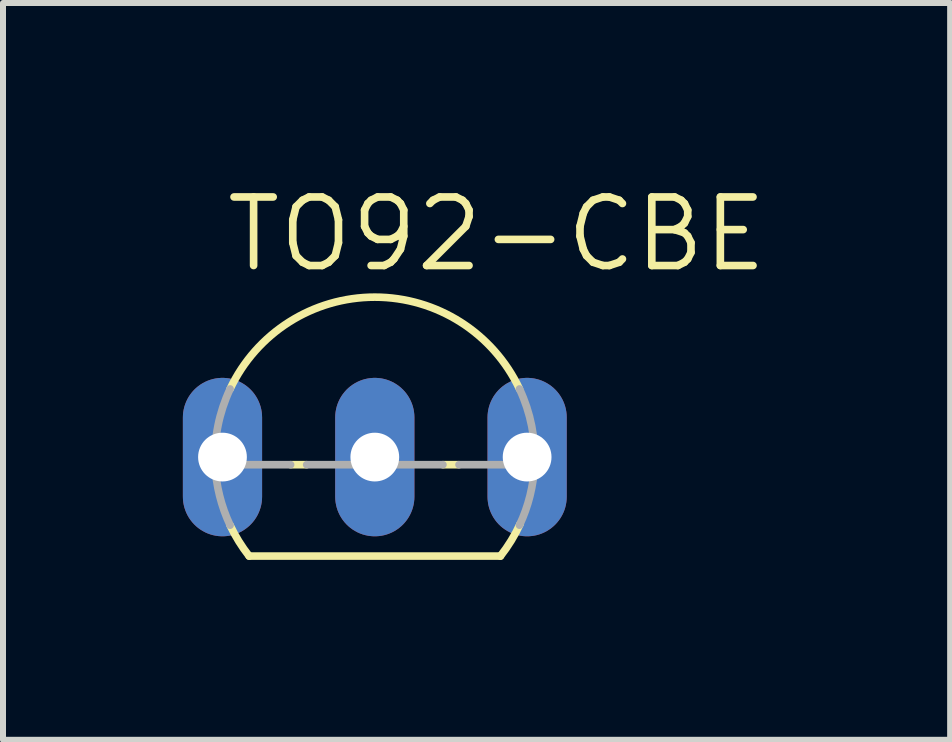
<source format=kicad_pcb>
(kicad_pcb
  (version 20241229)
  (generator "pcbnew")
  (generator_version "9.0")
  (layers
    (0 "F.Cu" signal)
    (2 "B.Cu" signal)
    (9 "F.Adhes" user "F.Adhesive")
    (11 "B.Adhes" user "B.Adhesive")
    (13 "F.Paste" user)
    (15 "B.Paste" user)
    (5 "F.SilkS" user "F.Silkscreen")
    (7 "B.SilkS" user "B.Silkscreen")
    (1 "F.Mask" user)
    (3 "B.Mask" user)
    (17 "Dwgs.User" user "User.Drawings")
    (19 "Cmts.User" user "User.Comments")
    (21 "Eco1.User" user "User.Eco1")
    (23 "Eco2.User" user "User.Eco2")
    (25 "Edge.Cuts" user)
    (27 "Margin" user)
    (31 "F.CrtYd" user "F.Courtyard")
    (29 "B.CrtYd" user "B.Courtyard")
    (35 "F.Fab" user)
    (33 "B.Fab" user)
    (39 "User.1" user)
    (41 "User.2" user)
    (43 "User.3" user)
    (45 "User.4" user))
  (footprint "TO92-CBE"
    (layer "F.Cu")
    (at 3.2 4.572)
    (property "Reference" "TO92-CBE" (at -2.54 -3.048 0) (unlocked yes) (layer "F.SilkS") (effects (font (size 1.143 1.143) (thickness 0.127)) (justify left bottom)))
    (fp_line (start -2.095 1.651) (end 2.095 1.651) (stroke (width 0.127) (type solid)) (layer "F.SilkS"))
    (fp_line (start -1.136 0.127) (end -1.404 0.127) (stroke (width 0.127) (type solid)) (layer "F.SilkS"))
    (fp_line (start 1.404 0.127) (end 1.136 0.127) (stroke (width 0.127) (type solid)) (layer "F.SilkS"))
    (fp_arc (start -2.413 -1.1359) (mid -0.000001 -2.666986) (end 2.412999 -1.135901) (stroke (width 0.127) (type solid)) (layer "F.SilkS"))
    (fp_arc (start -2.095 1.651) (mid -2.268918 1.40252) (end -2.4135 1.1359) (stroke (width 0.127) (type solid)) (layer "F.SilkS"))
    (fp_arc (start 2.4247 1.1118) (mid 2.275878 1.391201) (end 2.095 1.651) (stroke (width 0.127) (type solid)) (layer "F.SilkS"))
    (fp_line (start -1.404 0.127) (end -2.664 0.127) (stroke (width 0.127) (type solid)) (layer "F.Fab"))
    (fp_line (start 1.136 0.127) (end -1.136 0.127) (stroke (width 0.127) (type solid)) (layer "F.Fab"))
    (fp_line (start 2.664 0.127) (end 1.404 0.127) (stroke (width 0.127) (type solid)) (layer "F.Fab"))
    (fp_arc (start -2.664 0.127) (mid -2.615858 -0.519825) (end -2.413 -1.1359) (stroke (width 0.127) (type solid)) (layer "F.Fab"))
    (fp_arc (start -2.413 1.1359) (mid -2.588137 0.643799) (end -2.664 0.127) (stroke (width 0.127) (type solid)) (layer "F.Fab"))
    (fp_arc (start 2.413 -1.1359) (mid 2.615858 -0.519825) (end 2.664 0.127) (stroke (width 0.127) (type solid)) (layer "F.Fab"))
    (fp_arc (start 2.664 0.127) (mid 2.588137 0.643799) (end 2.413 1.1359) (stroke (width 0.127) (type solid)) (layer "F.Fab"))
    (pad "B" thru_hole oval (at 0 0 90) (size 2.642 1.321) (drill 0.813) (layers "*.Cu" "*.Mask"))
    (pad "C" thru_hole oval (at -2.54 0 90) (size 2.642 1.321) (drill 0.813) (layers "*.Cu" "*.Mask"))
    (pad "E" thru_hole oval (at 2.54 0 90) (size 2.642 1.321) (drill 0.813) (layers "*.Cu" "*.Mask")))
  (gr_rect
    (start -3 -3)
    (end 12.794 9.287)
    (stroke (width 0.1) (type default))
    (fill no)
    (layer "Edge.Cuts")))
</source>
